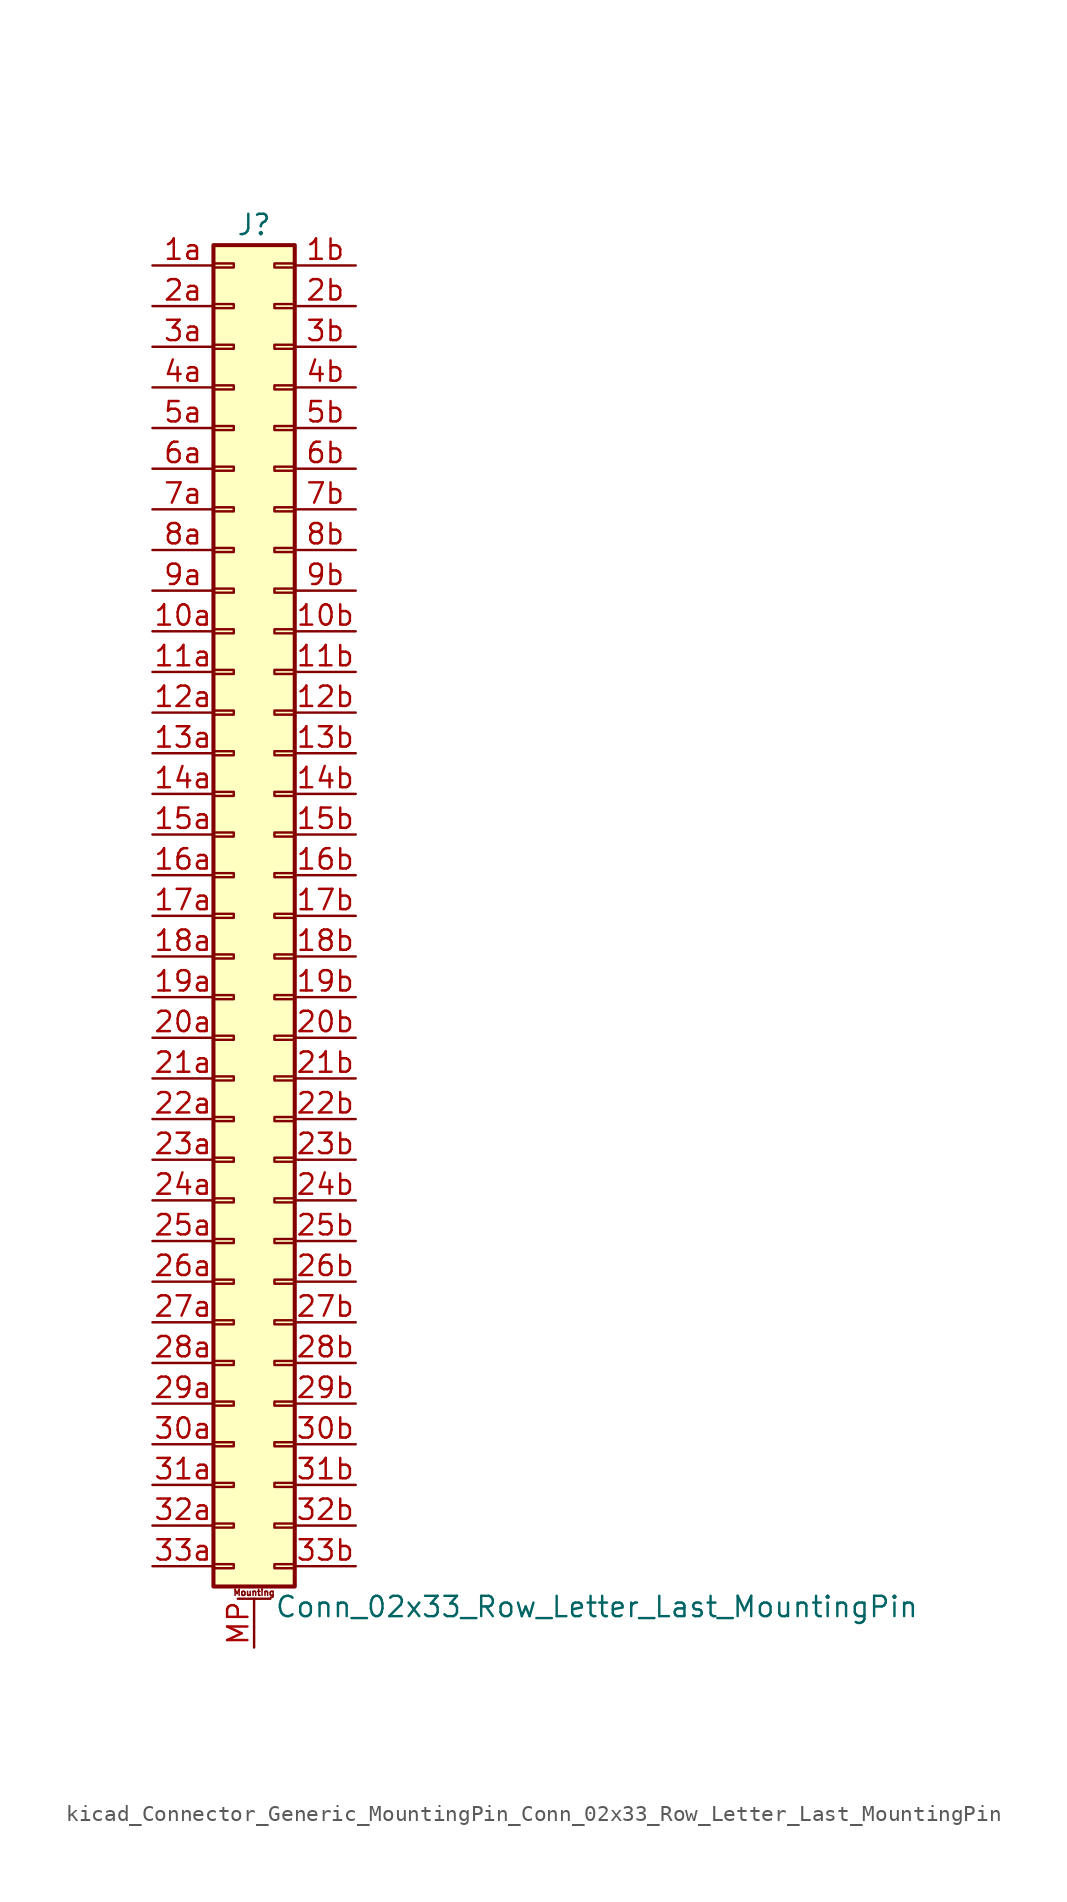
<source format=kicad_sym>
(kicad_symbol_lib
  (version 20220914)
  (generator kicad_symbol_editor)
  (symbol "kicad_Connector_Generic_MountingPin_Conn_02x33_Row_Letter_Last_MountingPin"
    (pin_names
      (offset 1.016) hide)
    (property "Reference" "J"
      (at 1.27 43.18 0)
      (effects (font (size 1.27 1.27))))
    (property "Value" "Conn_02x33_Row_Letter_Last_MountingPin"
      (at 2.54 -43.18 0)
      (effects (font (size 1.27 1.27)) (justify left)))
    (symbol "kicad_Connector_Generic_MountingPin_Conn_02x33_Row_Letter_Last_MountingPin_1_1"
      (rectangle (start -1.27 -40.513) (end 0 -40.767) (stroke (width 0.152) (type default)) (fill (type none)))
      (rectangle (start -1.27 -37.973) (end 0 -38.227) (stroke (width 0.152) (type default)) (fill (type none)))
      (rectangle (start -1.27 -35.433) (end 0 -35.687) (stroke (width 0.152) (type default)) (fill (type none)))
      (rectangle (start -1.27 -32.893) (end 0 -33.147) (stroke (width 0.152) (type default)) (fill (type none)))
      (rectangle (start -1.27 -30.353) (end 0 -30.607) (stroke (width 0.152) (type default)) (fill (type none)))
      (rectangle (start -1.27 -27.813) (end 0 -28.067) (stroke (width 0.152) (type default)) (fill (type none)))
      (rectangle (start -1.27 -25.273) (end 0 -25.527) (stroke (width 0.152) (type default)) (fill (type none)))
      (rectangle (start -1.27 -22.733) (end 0 -22.987) (stroke (width 0.152) (type default)) (fill (type none)))
      (rectangle (start -1.27 -20.193) (end 0 -20.447) (stroke (width 0.152) (type default)) (fill (type none)))
      (rectangle (start -1.27 -17.653) (end 0 -17.907) (stroke (width 0.152) (type default)) (fill (type none)))
      (rectangle (start -1.27 -15.113) (end 0 -15.367) (stroke (width 0.152) (type default)) (fill (type none)))
      (rectangle (start -1.27 -12.573) (end 0 -12.827) (stroke (width 0.152) (type default)) (fill (type none)))
      (rectangle (start -1.27 -10.033) (end 0 -10.287) (stroke (width 0.152) (type default)) (fill (type none)))
      (rectangle (start -1.27 -7.493) (end 0 -7.747) (stroke (width 0.152) (type default)) (fill (type none)))
      (rectangle (start -1.27 -4.953) (end 0 -5.207) (stroke (width 0.152) (type default)) (fill (type none)))
      (rectangle (start -1.27 -2.413) (end 0 -2.667) (stroke (width 0.152) (type default)) (fill (type none)))
      (rectangle (start -1.27 0.127) (end 0 -0.127) (stroke (width 0.152) (type default)) (fill (type none)))
      (rectangle (start -1.27 2.667) (end 0 2.413) (stroke (width 0.152) (type default)) (fill (type none)))
      (rectangle (start -1.27 5.207) (end 0 4.953) (stroke (width 0.152) (type default)) (fill (type none)))
      (rectangle (start -1.27 7.747) (end 0 7.493) (stroke (width 0.152) (type default)) (fill (type none)))
      (rectangle (start -1.27 10.287) (end 0 10.033) (stroke (width 0.152) (type default)) (fill (type none)))
      (rectangle (start -1.27 12.827) (end 0 12.573) (stroke (width 0.152) (type default)) (fill (type none)))
      (rectangle (start -1.27 15.367) (end 0 15.113) (stroke (width 0.152) (type default)) (fill (type none)))
      (rectangle (start -1.27 17.907) (end 0 17.653) (stroke (width 0.152) (type default)) (fill (type none)))
      (rectangle (start -1.27 20.447) (end 0 20.193) (stroke (width 0.152) (type default)) (fill (type none)))
      (rectangle (start -1.27 22.987) (end 0 22.733) (stroke (width 0.152) (type default)) (fill (type none)))
      (rectangle (start -1.27 25.527) (end 0 25.273) (stroke (width 0.152) (type default)) (fill (type none)))
      (rectangle (start -1.27 28.067) (end 0 27.813) (stroke (width 0.152) (type default)) (fill (type none)))
      (rectangle (start -1.27 30.607) (end 0 30.353) (stroke (width 0.152) (type default)) (fill (type none)))
      (rectangle (start -1.27 33.147) (end 0 32.893) (stroke (width 0.152) (type default)) (fill (type none)))
      (rectangle (start -1.27 35.687) (end 0 35.433) (stroke (width 0.152) (type default)) (fill (type none)))
      (rectangle (start -1.27 38.227) (end 0 37.973) (stroke (width 0.152) (type default)) (fill (type none)))
      (rectangle (start -1.27 40.767) (end 0 40.513) (stroke (width 0.152) (type default)) (fill (type none)))
      (rectangle (start -1.27 41.91) (end 3.81 -41.91) (stroke (width 0.254) (type default)) (fill (type background)))
      (polyline (pts (xy 0.254 -42.672) (xy 2.286 -42.672)) (stroke (width 0.152) (type default)) (fill (type none)))
      (rectangle (start 3.81 -40.513) (end 2.54 -40.767) (stroke (width 0.152) (type default)) (fill (type none)))
      (rectangle (start 3.81 -37.973) (end 2.54 -38.227) (stroke (width 0.152) (type default)) (fill (type none)))
      (rectangle (start 3.81 -35.433) (end 2.54 -35.687) (stroke (width 0.152) (type default)) (fill (type none)))
      (rectangle (start 3.81 -32.893) (end 2.54 -33.147) (stroke (width 0.152) (type default)) (fill (type none)))
      (rectangle (start 3.81 -30.353) (end 2.54 -30.607) (stroke (width 0.152) (type default)) (fill (type none)))
      (rectangle (start 3.81 -27.813) (end 2.54 -28.067) (stroke (width 0.152) (type default)) (fill (type none)))
      (rectangle (start 3.81 -25.273) (end 2.54 -25.527) (stroke (width 0.152) (type default)) (fill (type none)))
      (rectangle (start 3.81 -22.733) (end 2.54 -22.987) (stroke (width 0.152) (type default)) (fill (type none)))
      (rectangle (start 3.81 -20.193) (end 2.54 -20.447) (stroke (width 0.152) (type default)) (fill (type none)))
      (rectangle (start 3.81 -17.653) (end 2.54 -17.907) (stroke (width 0.152) (type default)) (fill (type none)))
      (rectangle (start 3.81 -15.113) (end 2.54 -15.367) (stroke (width 0.152) (type default)) (fill (type none)))
      (rectangle (start 3.81 -12.573) (end 2.54 -12.827) (stroke (width 0.152) (type default)) (fill (type none)))
      (rectangle (start 3.81 -10.033) (end 2.54 -10.287) (stroke (width 0.152) (type default)) (fill (type none)))
      (rectangle (start 3.81 -7.493) (end 2.54 -7.747) (stroke (width 0.152) (type default)) (fill (type none)))
      (rectangle (start 3.81 -4.953) (end 2.54 -5.207) (stroke (width 0.152) (type default)) (fill (type none)))
      (rectangle (start 3.81 -2.413) (end 2.54 -2.667) (stroke (width 0.152) (type default)) (fill (type none)))
      (rectangle (start 3.81 0.127) (end 2.54 -0.127) (stroke (width 0.152) (type default)) (fill (type none)))
      (rectangle (start 3.81 2.667) (end 2.54 2.413) (stroke (width 0.152) (type default)) (fill (type none)))
      (rectangle (start 3.81 5.207) (end 2.54 4.953) (stroke (width 0.152) (type default)) (fill (type none)))
      (rectangle (start 3.81 7.747) (end 2.54 7.493) (stroke (width 0.152) (type default)) (fill (type none)))
      (rectangle (start 3.81 10.287) (end 2.54 10.033) (stroke (width 0.152) (type default)) (fill (type none)))
      (rectangle (start 3.81 12.827) (end 2.54 12.573) (stroke (width 0.152) (type default)) (fill (type none)))
      (rectangle (start 3.81 15.367) (end 2.54 15.113) (stroke (width 0.152) (type default)) (fill (type none)))
      (rectangle (start 3.81 17.907) (end 2.54 17.653) (stroke (width 0.152) (type default)) (fill (type none)))
      (rectangle (start 3.81 20.447) (end 2.54 20.193) (stroke (width 0.152) (type default)) (fill (type none)))
      (rectangle (start 3.81 22.987) (end 2.54 22.733) (stroke (width 0.152) (type default)) (fill (type none)))
      (rectangle (start 3.81 25.527) (end 2.54 25.273) (stroke (width 0.152) (type default)) (fill (type none)))
      (rectangle (start 3.81 28.067) (end 2.54 27.813) (stroke (width 0.152) (type default)) (fill (type none)))
      (rectangle (start 3.81 30.607) (end 2.54 30.353) (stroke (width 0.152) (type default)) (fill (type none)))
      (rectangle (start 3.81 33.147) (end 2.54 32.893) (stroke (width 0.152) (type default)) (fill (type none)))
      (rectangle (start 3.81 35.687) (end 2.54 35.433) (stroke (width 0.152) (type default)) (fill (type none)))
      (rectangle (start 3.81 38.227) (end 2.54 37.973) (stroke (width 0.152) (type default)) (fill (type none)))
      (rectangle (start 3.81 40.767) (end 2.54 40.513) (stroke (width 0.152) (type default)) (fill (type none)))
      (text "Mounting" (at 1.27 -42.291 0) (effects (font (size 0.381 0.381))))
      (pin passive line (at -5.08 17.78 0) (length 3.81) (name "Pin_10a" (effects (font (size 1.27 1.27)))) (number "10a" (effects (font (size 1.27 1.27)))))
      (pin passive line (at 7.62 17.78 180) (length 3.81) (name "Pin_10b" (effects (font (size 1.27 1.27)))) (number "10b" (effects (font (size 1.27 1.27)))))
      (pin passive line (at -5.08 15.24 0) (length 3.81) (name "Pin_11a" (effects (font (size 1.27 1.27)))) (number "11a" (effects (font (size 1.27 1.27)))))
      (pin passive line (at 7.62 15.24 180) (length 3.81) (name "Pin_11b" (effects (font (size 1.27 1.27)))) (number "11b" (effects (font (size 1.27 1.27)))))
      (pin passive line (at -5.08 12.7 0) (length 3.81) (name "Pin_12a" (effects (font (size 1.27 1.27)))) (number "12a" (effects (font (size 1.27 1.27)))))
      (pin passive line (at 7.62 12.7 180) (length 3.81) (name "Pin_12b" (effects (font (size 1.27 1.27)))) (number "12b" (effects (font (size 1.27 1.27)))))
      (pin passive line (at -5.08 10.16 0) (length 3.81) (name "Pin_13a" (effects (font (size 1.27 1.27)))) (number "13a" (effects (font (size 1.27 1.27)))))
      (pin passive line (at 7.62 10.16 180) (length 3.81) (name "Pin_13b" (effects (font (size 1.27 1.27)))) (number "13b" (effects (font (size 1.27 1.27)))))
      (pin passive line (at -5.08 7.62 0) (length 3.81) (name "Pin_14a" (effects (font (size 1.27 1.27)))) (number "14a" (effects (font (size 1.27 1.27)))))
      (pin passive line (at 7.62 7.62 180) (length 3.81) (name "Pin_14b" (effects (font (size 1.27 1.27)))) (number "14b" (effects (font (size 1.27 1.27)))))
      (pin passive line (at -5.08 5.08 0) (length 3.81) (name "Pin_15a" (effects (font (size 1.27 1.27)))) (number "15a" (effects (font (size 1.27 1.27)))))
      (pin passive line (at 7.62 5.08 180) (length 3.81) (name "Pin_15b" (effects (font (size 1.27 1.27)))) (number "15b" (effects (font (size 1.27 1.27)))))
      (pin passive line (at -5.08 2.54 0) (length 3.81) (name "Pin_16a" (effects (font (size 1.27 1.27)))) (number "16a" (effects (font (size 1.27 1.27)))))
      (pin passive line (at 7.62 2.54 180) (length 3.81) (name "Pin_16b" (effects (font (size 1.27 1.27)))) (number "16b" (effects (font (size 1.27 1.27)))))
      (pin passive line (at -5.08 0 0) (length 3.81) (name "Pin_17a" (effects (font (size 1.27 1.27)))) (number "17a" (effects (font (size 1.27 1.27)))))
      (pin passive line (at 7.62 0 180) (length 3.81) (name "Pin_17b" (effects (font (size 1.27 1.27)))) (number "17b" (effects (font (size 1.27 1.27)))))
      (pin passive line (at -5.08 -2.54 0) (length 3.81) (name "Pin_18a" (effects (font (size 1.27 1.27)))) (number "18a" (effects (font (size 1.27 1.27)))))
      (pin passive line (at 7.62 -2.54 180) (length 3.81) (name "Pin_18b" (effects (font (size 1.27 1.27)))) (number "18b" (effects (font (size 1.27 1.27)))))
      (pin passive line (at -5.08 -5.08 0) (length 3.81) (name "Pin_19a" (effects (font (size 1.27 1.27)))) (number "19a" (effects (font (size 1.27 1.27)))))
      (pin passive line (at 7.62 -5.08 180) (length 3.81) (name "Pin_19b" (effects (font (size 1.27 1.27)))) (number "19b" (effects (font (size 1.27 1.27)))))
      (pin passive line (at -5.08 40.64 0) (length 3.81) (name "Pin_1a" (effects (font (size 1.27 1.27)))) (number "1a" (effects (font (size 1.27 1.27)))))
      (pin passive line (at 7.62 40.64 180) (length 3.81) (name "Pin_1b" (effects (font (size 1.27 1.27)))) (number "1b" (effects (font (size 1.27 1.27)))))
      (pin passive line (at -5.08 -7.62 0) (length 3.81) (name "Pin_20a" (effects (font (size 1.27 1.27)))) (number "20a" (effects (font (size 1.27 1.27)))))
      (pin passive line (at 7.62 -7.62 180) (length 3.81) (name "Pin_20b" (effects (font (size 1.27 1.27)))) (number "20b" (effects (font (size 1.27 1.27)))))
      (pin passive line (at -5.08 -10.16 0) (length 3.81) (name "Pin_21a" (effects (font (size 1.27 1.27)))) (number "21a" (effects (font (size 1.27 1.27)))))
      (pin passive line (at 7.62 -10.16 180) (length 3.81) (name "Pin_21b" (effects (font (size 1.27 1.27)))) (number "21b" (effects (font (size 1.27 1.27)))))
      (pin passive line (at -5.08 -12.7 0) (length 3.81) (name "Pin_22a" (effects (font (size 1.27 1.27)))) (number "22a" (effects (font (size 1.27 1.27)))))
      (pin passive line (at 7.62 -12.7 180) (length 3.81) (name "Pin_22b" (effects (font (size 1.27 1.27)))) (number "22b" (effects (font (size 1.27 1.27)))))
      (pin passive line (at -5.08 -15.24 0) (length 3.81) (name "Pin_23a" (effects (font (size 1.27 1.27)))) (number "23a" (effects (font (size 1.27 1.27)))))
      (pin passive line (at 7.62 -15.24 180) (length 3.81) (name "Pin_23b" (effects (font (size 1.27 1.27)))) (number "23b" (effects (font (size 1.27 1.27)))))
      (pin passive line (at -5.08 -17.78 0) (length 3.81) (name "Pin_24a" (effects (font (size 1.27 1.27)))) (number "24a" (effects (font (size 1.27 1.27)))))
      (pin passive line (at 7.62 -17.78 180) (length 3.81) (name "Pin_24b" (effects (font (size 1.27 1.27)))) (number "24b" (effects (font (size 1.27 1.27)))))
      (pin passive line (at -5.08 -20.32 0) (length 3.81) (name "Pin_25a" (effects (font (size 1.27 1.27)))) (number "25a" (effects (font (size 1.27 1.27)))))
      (pin passive line (at 7.62 -20.32 180) (length 3.81) (name "Pin_25b" (effects (font (size 1.27 1.27)))) (number "25b" (effects (font (size 1.27 1.27)))))
      (pin passive line (at -5.08 -22.86 0) (length 3.81) (name "Pin_26a" (effects (font (size 1.27 1.27)))) (number "26a" (effects (font (size 1.27 1.27)))))
      (pin passive line (at 7.62 -22.86 180) (length 3.81) (name "Pin_26b" (effects (font (size 1.27 1.27)))) (number "26b" (effects (font (size 1.27 1.27)))))
      (pin passive line (at -5.08 -25.4 0) (length 3.81) (name "Pin_27a" (effects (font (size 1.27 1.27)))) (number "27a" (effects (font (size 1.27 1.27)))))
      (pin passive line (at 7.62 -25.4 180) (length 3.81) (name "Pin_27b" (effects (font (size 1.27 1.27)))) (number "27b" (effects (font (size 1.27 1.27)))))
      (pin passive line (at -5.08 -27.94 0) (length 3.81) (name "Pin_28a" (effects (font (size 1.27 1.27)))) (number "28a" (effects (font (size 1.27 1.27)))))
      (pin passive line (at 7.62 -27.94 180) (length 3.81) (name "Pin_28b" (effects (font (size 1.27 1.27)))) (number "28b" (effects (font (size 1.27 1.27)))))
      (pin passive line (at -5.08 -30.48 0) (length 3.81) (name "Pin_29a" (effects (font (size 1.27 1.27)))) (number "29a" (effects (font (size 1.27 1.27)))))
      (pin passive line (at 7.62 -30.48 180) (length 3.81) (name "Pin_29b" (effects (font (size 1.27 1.27)))) (number "29b" (effects (font (size 1.27 1.27)))))
      (pin passive line (at -5.08 38.1 0) (length 3.81) (name "Pin_2a" (effects (font (size 1.27 1.27)))) (number "2a" (effects (font (size 1.27 1.27)))))
      (pin passive line (at 7.62 38.1 180) (length 3.81) (name "Pin_2b" (effects (font (size 1.27 1.27)))) (number "2b" (effects (font (size 1.27 1.27)))))
      (pin passive line (at -5.08 -33.02 0) (length 3.81) (name "Pin_30a" (effects (font (size 1.27 1.27)))) (number "30a" (effects (font (size 1.27 1.27)))))
      (pin passive line (at 7.62 -33.02 180) (length 3.81) (name "Pin_30b" (effects (font (size 1.27 1.27)))) (number "30b" (effects (font (size 1.27 1.27)))))
      (pin passive line (at -5.08 -35.56 0) (length 3.81) (name "Pin_31a" (effects (font (size 1.27 1.27)))) (number "31a" (effects (font (size 1.27 1.27)))))
      (pin passive line (at 7.62 -35.56 180) (length 3.81) (name "Pin_31b" (effects (font (size 1.27 1.27)))) (number "31b" (effects (font (size 1.27 1.27)))))
      (pin passive line (at -5.08 -38.1 0) (length 3.81) (name "Pin_32a" (effects (font (size 1.27 1.27)))) (number "32a" (effects (font (size 1.27 1.27)))))
      (pin passive line (at 7.62 -38.1 180) (length 3.81) (name "Pin_32b" (effects (font (size 1.27 1.27)))) (number "32b" (effects (font (size 1.27 1.27)))))
      (pin passive line (at -5.08 -40.64 0) (length 3.81) (name "Pin_33a" (effects (font (size 1.27 1.27)))) (number "33a" (effects (font (size 1.27 1.27)))))
      (pin passive line (at 7.62 -40.64 180) (length 3.81) (name "Pin_33b" (effects (font (size 1.27 1.27)))) (number "33b" (effects (font (size 1.27 1.27)))))
      (pin passive line (at -5.08 35.56 0) (length 3.81) (name "Pin_3a" (effects (font (size 1.27 1.27)))) (number "3a" (effects (font (size 1.27 1.27)))))
      (pin passive line (at 7.62 35.56 180) (length 3.81) (name "Pin_3b" (effects (font (size 1.27 1.27)))) (number "3b" (effects (font (size 1.27 1.27)))))
      (pin passive line (at -5.08 33.02 0) (length 3.81) (name "Pin_4a" (effects (font (size 1.27 1.27)))) (number "4a" (effects (font (size 1.27 1.27)))))
      (pin passive line (at 7.62 33.02 180) (length 3.81) (name "Pin_4b" (effects (font (size 1.27 1.27)))) (number "4b" (effects (font (size 1.27 1.27)))))
      (pin passive line (at -5.08 30.48 0) (length 3.81) (name "Pin_5a" (effects (font (size 1.27 1.27)))) (number "5a" (effects (font (size 1.27 1.27)))))
      (pin passive line (at 7.62 30.48 180) (length 3.81) (name "Pin_5b" (effects (font (size 1.27 1.27)))) (number "5b" (effects (font (size 1.27 1.27)))))
      (pin passive line (at -5.08 27.94 0) (length 3.81) (name "Pin_6a" (effects (font (size 1.27 1.27)))) (number "6a" (effects (font (size 1.27 1.27)))))
      (pin passive line (at 7.62 27.94 180) (length 3.81) (name "Pin_6b" (effects (font (size 1.27 1.27)))) (number "6b" (effects (font (size 1.27 1.27)))))
      (pin passive line (at -5.08 25.4 0) (length 3.81) (name "Pin_7a" (effects (font (size 1.27 1.27)))) (number "7a" (effects (font (size 1.27 1.27)))))
      (pin passive line (at 7.62 25.4 180) (length 3.81) (name "Pin_7b" (effects (font (size 1.27 1.27)))) (number "7b" (effects (font (size 1.27 1.27)))))
      (pin passive line (at -5.08 22.86 0) (length 3.81) (name "Pin_8a" (effects (font (size 1.27 1.27)))) (number "8a" (effects (font (size 1.27 1.27)))))
      (pin passive line (at 7.62 22.86 180) (length 3.81) (name "Pin_8b" (effects (font (size 1.27 1.27)))) (number "8b" (effects (font (size 1.27 1.27)))))
      (pin passive line (at -5.08 20.32 0) (length 3.81) (name "Pin_9a" (effects (font (size 1.27 1.27)))) (number "9a" (effects (font (size 1.27 1.27)))))
      (pin passive line (at 7.62 20.32 180) (length 3.81) (name "Pin_9b" (effects (font (size 1.27 1.27)))) (number "9b" (effects (font (size 1.27 1.27)))))
      (pin passive line (at 1.27 -45.72 90) (length 3.048) (name "MountPin" (effects (font (size 1.27 1.27)))) (number "MP" (effects (font (size 1.27 1.27))))))))
</source>
